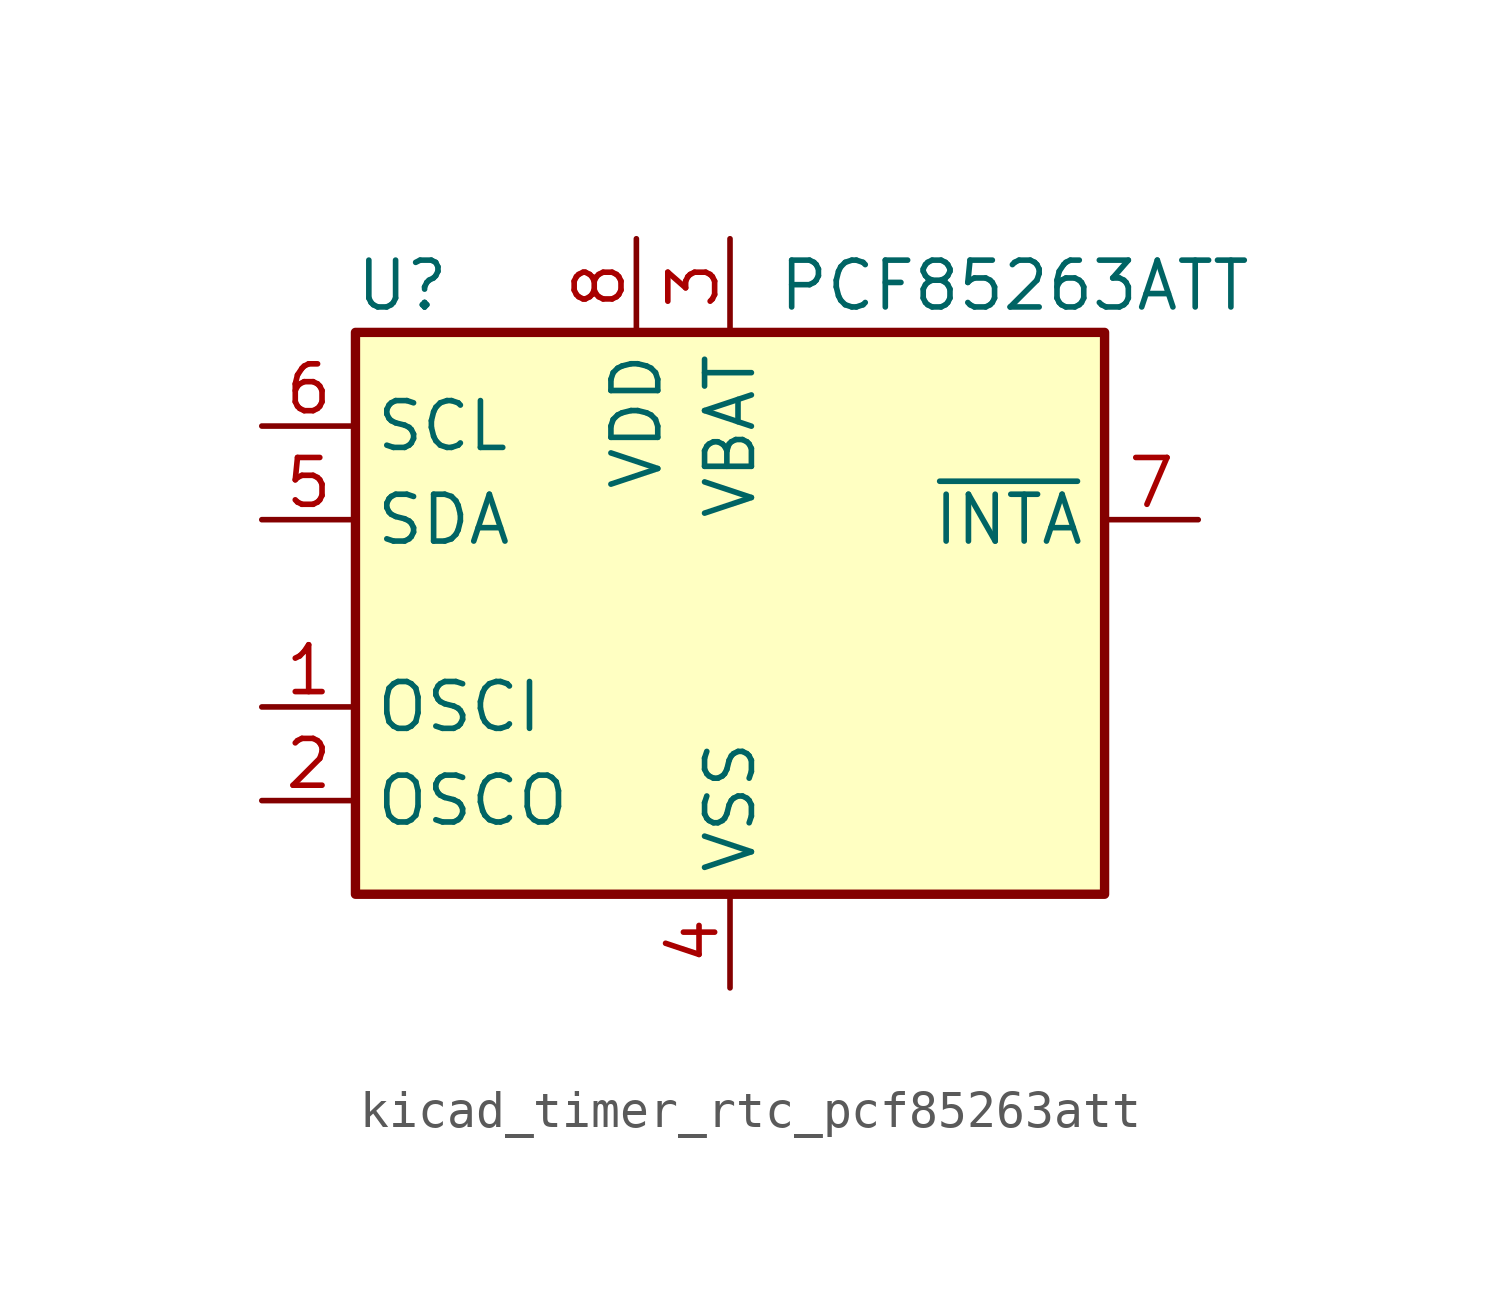
<source format=kicad_sym>
(kicad_symbol_lib
  (version 20220914)
  (generator kicad_symbol_editor)
  (symbol "kicad_timer_rtc_pcf85263att"
    (property "Reference" "U"
      (at -8.89 8.89 0)
      (effects (font (size 1.27 1.27))))
    (property "Value" "PCF85263ATT"
      (at 1.27 8.89 0)
      (effects (font (size 1.27 1.27)) (justify left)))
    (symbol "kicad_timer_rtc_pcf85263att_0_1"
      (rectangle (start -10.16 7.62) (end 10.16 -7.62) (stroke (width 0.254) (type default)) (fill (type background))))
    (symbol "kicad_timer_rtc_pcf85263att_1_1"
      (pin input line (at -12.7 -2.54 0) (length 2.54) (name "OSCI" (effects (font (size 1.27 1.27)))) (number "1" (effects (font (size 1.27 1.27)))))
      (pin output line (at -12.7 -5.08 0) (length 2.54) (name "OSCO" (effects (font (size 1.27 1.27)))) (number "2" (effects (font (size 1.27 1.27)))))
      (pin power_in line (at 0 10.16 270) (length 2.54) (name "VBAT" (effects (font (size 1.27 1.27)))) (number "3" (effects (font (size 1.27 1.27)))))
      (pin power_in line (at 0 -10.16 90) (length 2.54) (name "VSS" (effects (font (size 1.27 1.27)))) (number "4" (effects (font (size 1.27 1.27)))))
      (pin bidirectional line (at -12.7 2.54 0) (length 2.54) (name "SDA" (effects (font (size 1.27 1.27)))) (number "5" (effects (font (size 1.27 1.27)))))
      (pin input line (at -12.7 5.08 0) (length 2.54) (name "SCL" (effects (font (size 1.27 1.27)))) (number "6" (effects (font (size 1.27 1.27)))))
      (pin open_collector line (at 12.7 2.54 180) (length 2.54) (name "~{INTA}" (effects (font (size 1.27 1.27)))) (number "7" (effects (font (size 1.27 1.27)))))
      (pin power_in line (at -2.54 10.16 270) (length 2.54) (name "VDD" (effects (font (size 1.27 1.27)))) (number "8" (effects (font (size 1.27 1.27))))))))
</source>
